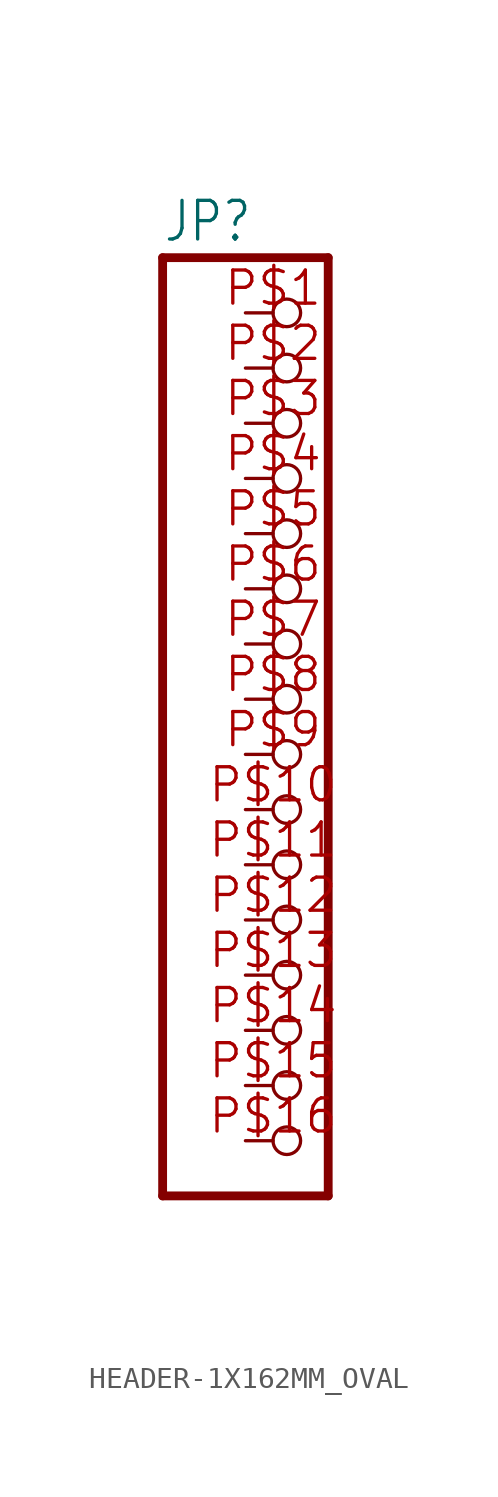
<source format=kicad_sym>
(kicad_symbol_lib
  (version 20241209)
  (generator "kicad_symbol_editor")
  (generator_version "9.0")
  (symbol "HEADER-1X162MM_OVAL"
    (property "Reference" "JP"
      (at -6.35 20.955 0)
      (effects (font (size 1.778 1.511)) (justify left bottom)))
    (property "Value" ""
      (at -6.35 -25.4 0)
      (effects (font (size 1.778 1.511)) (justify left bottom)))
    (property "ki_locked" ""
      (at 0 0 0)
      (effects (font (size 1.27 1.27))))
    (symbol "HEADER-1X162MM_OVAL_1_0"
      (polyline (pts (xy -6.35 20.32) (xy -6.35 -22.86)) (stroke (width 0.406) (type solid)) (fill (type none)))
      (polyline (pts (xy -6.35 -22.86) (xy 1.27 -22.86)) (stroke (width 0.406) (type solid)) (fill (type none)))
      (polyline (pts (xy 1.27 20.32) (xy -6.35 20.32)) (stroke (width 0.406) (type solid)) (fill (type none)))
      (polyline (pts (xy 1.27 -22.86) (xy 1.27 20.32)) (stroke (width 0.406) (type solid)) (fill (type none)))
      (pin passive inverted (at -2.54 17.78 0) (length 2.54) (name "1" (effects (font (size 0 0)))) (number "P$1" (effects (font (size 1.524 1.524)))))
      (pin passive inverted (at -2.54 15.24 0) (length 2.54) (name "2" (effects (font (size 0 0)))) (number "P$2" (effects (font (size 1.524 1.524)))))
      (pin passive inverted (at -2.54 12.7 0) (length 2.54) (name "3" (effects (font (size 0 0)))) (number "P$3" (effects (font (size 1.524 1.524)))))
      (pin passive inverted (at -2.54 10.16 0) (length 2.54) (name "4" (effects (font (size 0 0)))) (number "P$4" (effects (font (size 1.524 1.524)))))
      (pin passive inverted (at -2.54 7.62 0) (length 2.54) (name "5" (effects (font (size 0 0)))) (number "P$5" (effects (font (size 1.524 1.524)))))
      (pin passive inverted (at -2.54 5.08 0) (length 2.54) (name "6" (effects (font (size 0 0)))) (number "P$6" (effects (font (size 1.524 1.524)))))
      (pin passive inverted (at -2.54 2.54 0) (length 2.54) (name "7" (effects (font (size 0 0)))) (number "P$7" (effects (font (size 1.524 1.524)))))
      (pin passive inverted (at -2.54 0 0) (length 2.54) (name "8" (effects (font (size 0 0)))) (number "P$8" (effects (font (size 1.524 1.524)))))
      (pin passive inverted (at -2.54 -2.54 0) (length 2.54) (name "9" (effects (font (size 0 0)))) (number "P$9" (effects (font (size 1.524 1.524)))))
      (pin passive inverted (at -2.54 -5.08 0) (length 2.54) (name "10" (effects (font (size 0 0)))) (number "P$10" (effects (font (size 1.524 1.524)))))
      (pin passive inverted (at -2.54 -7.62 0) (length 2.54) (name "11" (effects (font (size 0 0)))) (number "P$11" (effects (font (size 1.524 1.524)))))
      (pin passive inverted (at -2.54 -10.16 0) (length 2.54) (name "12" (effects (font (size 0 0)))) (number "P$12" (effects (font (size 1.524 1.524)))))
      (pin passive inverted (at -2.54 -12.7 0) (length 2.54) (name "13" (effects (font (size 0 0)))) (number "P$13" (effects (font (size 1.524 1.524)))))
      (pin passive inverted (at -2.54 -15.24 0) (length 2.54) (name "14" (effects (font (size 0 0)))) (number "P$14" (effects (font (size 1.524 1.524)))))
      (pin passive inverted (at -2.54 -17.78 0) (length 2.54) (name "15" (effects (font (size 0 0)))) (number "P$15" (effects (font (size 1.524 1.524)))))
      (pin passive inverted (at -2.54 -20.32 0) (length 2.54) (name "16" (effects (font (size 0 0)))) (number "P$16" (effects (font (size 1.524 1.524))))))))
</source>
